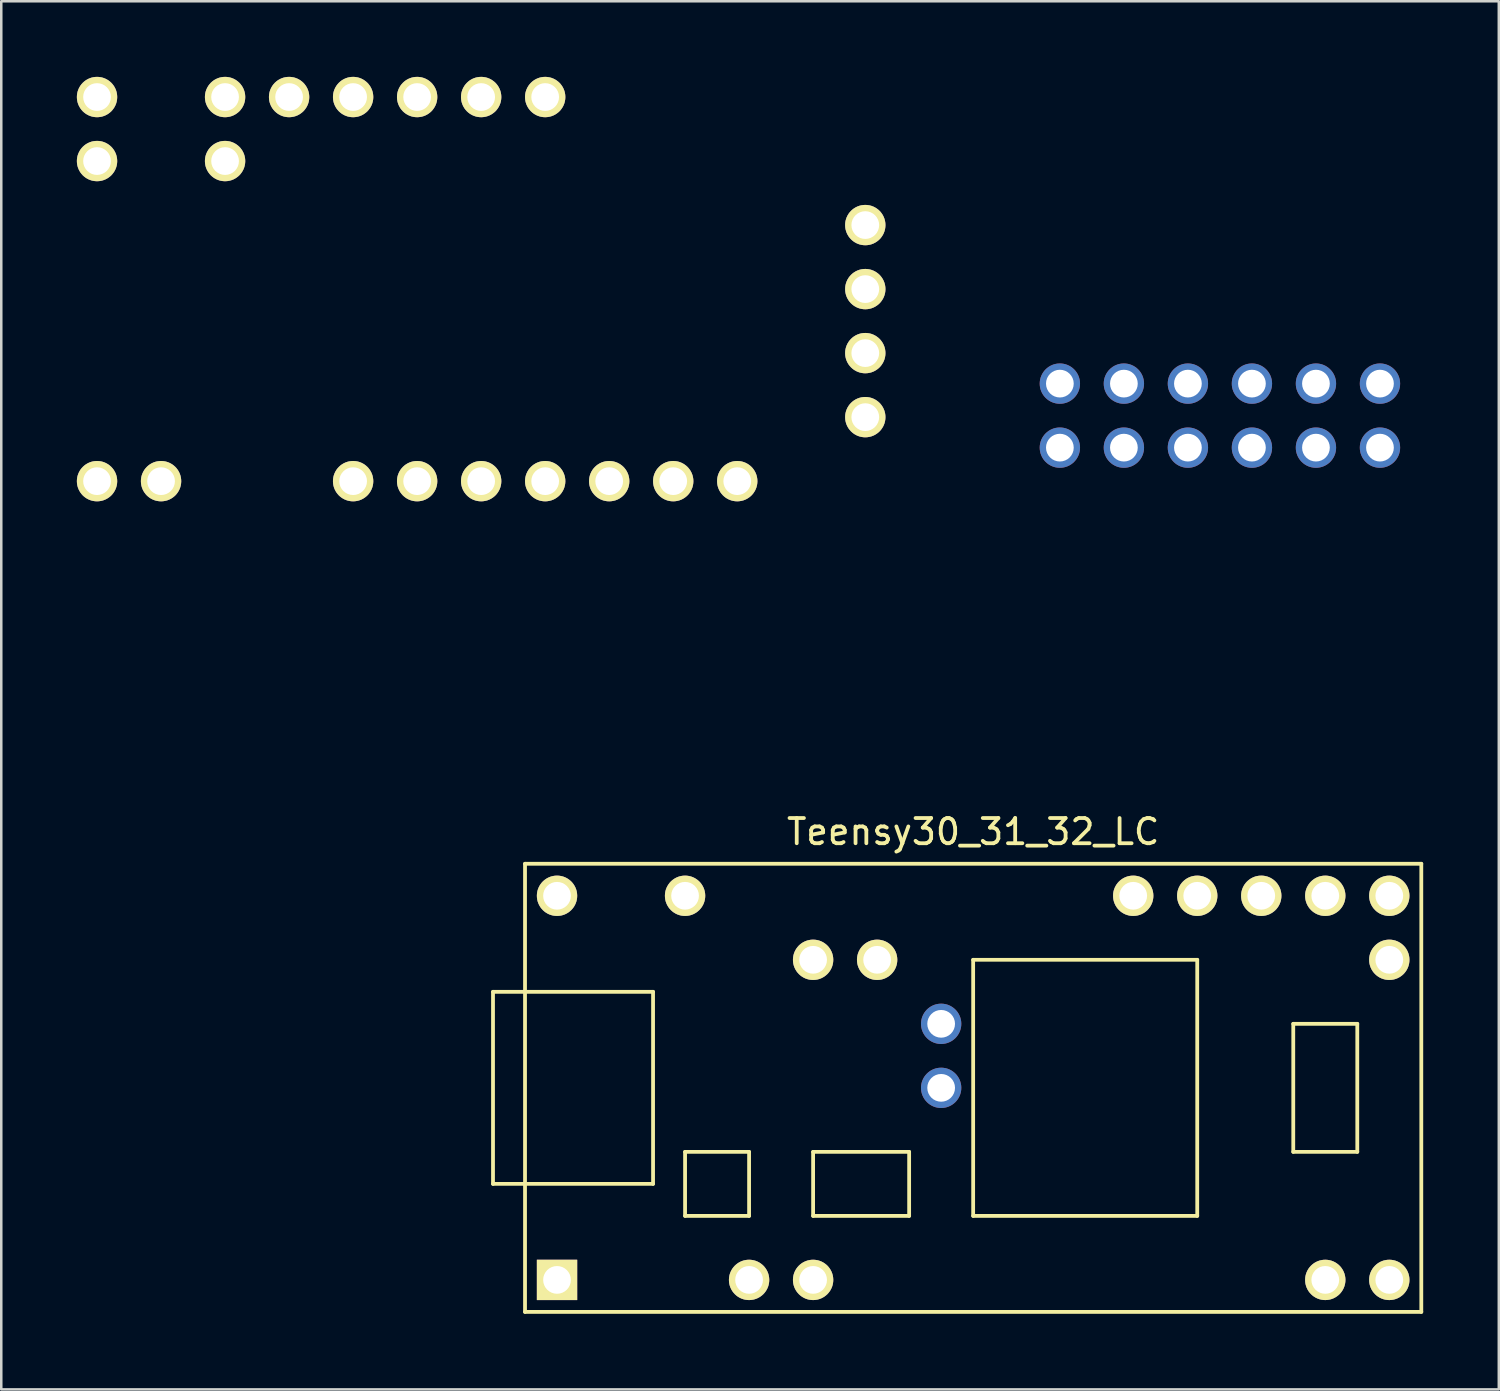
<source format=kicad_pcb>
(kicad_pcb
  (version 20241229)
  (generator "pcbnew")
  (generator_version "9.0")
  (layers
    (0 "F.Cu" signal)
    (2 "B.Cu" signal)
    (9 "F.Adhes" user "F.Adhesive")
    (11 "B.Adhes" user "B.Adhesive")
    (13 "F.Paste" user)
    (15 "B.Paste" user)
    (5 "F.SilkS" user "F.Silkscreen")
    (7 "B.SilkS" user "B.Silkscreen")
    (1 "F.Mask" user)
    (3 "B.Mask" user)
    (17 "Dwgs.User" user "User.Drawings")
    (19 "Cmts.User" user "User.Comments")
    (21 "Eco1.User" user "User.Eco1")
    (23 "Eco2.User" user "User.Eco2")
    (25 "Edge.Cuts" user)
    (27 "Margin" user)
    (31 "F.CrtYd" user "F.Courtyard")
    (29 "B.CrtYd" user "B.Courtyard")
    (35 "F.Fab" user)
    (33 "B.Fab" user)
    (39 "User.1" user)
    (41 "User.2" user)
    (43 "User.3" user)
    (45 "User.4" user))
  (footprint "Teensy30_31_32_LC"
    (layer "F.Cu")
    (at 35.56 40.11)
    (property "Reference" "Teensy30_31_32_LC" (at 0 -10.16 0) (layer "F.SilkS") (effects (font (size 1 1) (thickness 0.15))))
    (attr through_hole)
    (fp_line (start -19.05 -3.81) (end -17.78 -3.81) (stroke (width 0.15) (type solid)) (layer "F.SilkS"))
    (fp_line (start -19.05 3.81) (end -19.05 -3.81) (stroke (width 0.15) (type solid)) (layer "F.SilkS"))
    (fp_line (start -17.78 -8.89) (end 17.78 -8.89) (stroke (width 0.15) (type solid)) (layer "F.SilkS"))
    (fp_line (start -17.78 3.81) (end -19.05 3.81) (stroke (width 0.15) (type solid)) (layer "F.SilkS"))
    (fp_line (start -17.78 8.89) (end -17.78 -8.89) (stroke (width 0.15) (type solid)) (layer "F.SilkS"))
    (fp_line (start -12.7 -3.81) (end -17.78 -3.81) (stroke (width 0.15) (type solid)) (layer "F.SilkS"))
    (fp_line (start -12.7 3.81) (end -17.78 3.81) (stroke (width 0.15) (type solid)) (layer "F.SilkS"))
    (fp_line (start -12.7 3.81) (end -12.7 -3.81) (stroke (width 0.15) (type solid)) (layer "F.SilkS"))
    (fp_line (start -11.43 2.54) (end -11.43 5.08) (stroke (width 0.15) (type solid)) (layer "F.SilkS"))
    (fp_line (start -11.43 5.08) (end -8.89 5.08) (stroke (width 0.15) (type solid)) (layer "F.SilkS"))
    (fp_line (start -8.89 2.54) (end -11.43 2.54) (stroke (width 0.15) (type solid)) (layer "F.SilkS"))
    (fp_line (start -8.89 5.08) (end -8.89 2.54) (stroke (width 0.15) (type solid)) (layer "F.SilkS"))
    (fp_line (start -6.35 2.54) (end -6.35 5.08) (stroke (width 0.15) (type solid)) (layer "F.SilkS"))
    (fp_line (start -6.35 5.08) (end -2.54 5.08) (stroke (width 0.15) (type solid)) (layer "F.SilkS"))
    (fp_line (start -2.54 2.54) (end -6.35 2.54) (stroke (width 0.15) (type solid)) (layer "F.SilkS"))
    (fp_line (start -2.54 5.08) (end -2.54 2.54) (stroke (width 0.15) (type solid)) (layer "F.SilkS"))
    (fp_line (start 0 -5.08) (end 0 5.08) (stroke (width 0.15) (type solid)) (layer "F.SilkS"))
    (fp_line (start 8.89 -5.08) (end 0 -5.08) (stroke (width 0.15) (type solid)) (layer "F.SilkS"))
    (fp_line (start 8.89 5.08) (end 0 5.08) (stroke (width 0.15) (type solid)) (layer "F.SilkS"))
    (fp_line (start 8.89 5.08) (end 8.89 -5.08) (stroke (width 0.15) (type solid)) (layer "F.SilkS"))
    (fp_line (start 12.7 -2.54) (end 15.24 -2.54) (stroke (width 0.15) (type solid)) (layer "F.SilkS"))
    (fp_line (start 12.7 2.54) (end 12.7 -2.54) (stroke (width 0.15) (type solid)) (layer "F.SilkS"))
    (fp_line (start 15.24 -2.54) (end 15.24 2.54) (stroke (width 0.15) (type solid)) (layer "F.SilkS"))
    (fp_line (start 15.24 2.54) (end 12.7 2.54) (stroke (width 0.15) (type solid)) (layer "F.SilkS"))
    (fp_line (start 17.78 -8.89) (end 17.78 8.89) (stroke (width 0.15) (type solid)) (layer "F.SilkS"))
    (fp_line (start 17.78 8.89) (end -17.78 8.89) (stroke (width 0.15) (type solid)) (layer "F.SilkS"))
    (pad "1" thru_hole rect (at -16.51 7.62) (size 1.6 1.6) (drill 1.1) (layers "*.Cu" "*.Mask" "F.SilkS"))
    (pad "2" thru_hole circle (at -34.76 -24.07) (size 1.6 1.6) (drill 1.1) (layers "*.Cu" "*.Mask" "F.SilkS"))
    (pad "3" thru_hole circle (at -32.22 -24.07) (size 1.6 1.6) (drill 1.1) (layers "*.Cu" "*.Mask" "F.SilkS"))
    (pad "4" thru_hole circle (at -8.89 7.62) (size 1.6 1.6) (drill 1.1) (layers "*.Cu" "*.Mask" "F.SilkS"))
    (pad "5" thru_hole circle (at -6.35 7.62) (size 1.6 1.6) (drill 1.1) (layers "*.Cu" "*.Mask" "F.SilkS"))
    (pad "6" thru_hole circle (at -24.6 -24.07) (size 1.6 1.6) (drill 1.1) (layers "*.Cu" "*.Mask" "F.SilkS"))
    (pad "7" thru_hole circle (at -22.06 -24.07) (size 1.6 1.6) (drill 1.1) (layers "*.Cu" "*.Mask" "F.SilkS"))
    (pad "8" thru_hole circle (at -19.52 -24.07) (size 1.6 1.6) (drill 1.1) (layers "*.Cu" "*.Mask" "F.SilkS"))
    (pad "9" thru_hole circle (at -16.98 -24.07) (size 1.6 1.6) (drill 1.1) (layers "*.Cu" "*.Mask" "F.SilkS"))
    (pad "10" thru_hole circle (at -14.44 -24.07) (size 1.6 1.6) (drill 1.1) (layers "*.Cu" "*.Mask" "F.SilkS"))
    (pad "11" thru_hole circle (at -11.9 -24.07) (size 1.6 1.6) (drill 1.1) (layers "*.Cu" "*.Mask" "F.SilkS"))
    (pad "12" thru_hole circle (at -9.36 -24.07) (size 1.6 1.6) (drill 1.1) (layers "*.Cu" "*.Mask" "F.SilkS"))
    (pad "13" thru_hole circle (at 13.97 7.62) (size 1.6 1.6) (drill 1.1) (layers "*.Cu" "*.Mask" "F.SilkS"))
    (pad "14" thru_hole circle (at 16.51 7.62) (size 1.6 1.6) (drill 1.1) (layers "*.Cu" "*.Mask" "F.SilkS"))
    (pad "15" thru_hole circle (at -4.28 -26.61) (size 1.6 1.6) (drill 1.1) (layers "*.Cu" "*.Mask" "F.SilkS"))
    (pad "16" thru_hole circle (at -4.28 -29.15) (size 1.6 1.6) (drill 1.1) (layers "*.Cu" "*.Mask" "F.SilkS"))
    (pad "17" thru_hole circle (at -4.28 -31.69) (size 1.6 1.6) (drill 1.1) (layers "*.Cu" "*.Mask" "F.SilkS"))
    (pad "18" thru_hole circle (at -4.28 -34.23) (size 1.6 1.6) (drill 1.1) (layers "*.Cu" "*.Mask" "F.SilkS"))
    (pad "19" thru_hole circle (at 16.51 -5.08) (size 1.6 1.6) (drill 1.1) (layers "*.Cu" "*.Mask" "F.SilkS"))
    (pad "20" thru_hole circle (at 16.51 -7.62) (size 1.6 1.6) (drill 1.1) (layers "*.Cu" "*.Mask" "F.SilkS"))
    (pad "21" thru_hole circle (at 13.97 -7.62) (size 1.6 1.6) (drill 1.1) (layers "*.Cu" "*.Mask" "F.SilkS"))
    (pad "22" thru_hole circle (at 11.43 -7.62) (size 1.6 1.6) (drill 1.1) (layers "*.Cu" "*.Mask" "F.SilkS"))
    (pad "23" thru_hole circle (at 8.89 -7.62) (size 1.6 1.6) (drill 1.1) (layers "*.Cu" "*.Mask" "F.SilkS"))
    (pad "24" thru_hole circle (at 6.35 -7.62) (size 1.6 1.6) (drill 1.1) (layers "*.Cu" "*.Mask" "F.SilkS"))
    (pad "25" thru_hole circle (at -16.98 -39.31) (size 1.6 1.6) (drill 1.1) (layers "*.Cu" "*.Mask" "F.SilkS"))
    (pad "26" thru_hole circle (at -19.52 -39.31) (size 1.6 1.6) (drill 1.1) (layers "*.Cu" "*.Mask" "F.SilkS"))
    (pad "27" thru_hole circle (at -22.06 -39.31) (size 1.6 1.6) (drill 1.1) (layers "*.Cu" "*.Mask" "F.SilkS"))
    (pad "28" thru_hole circle (at -24.6 -39.31) (size 1.6 1.6) (drill 1.1) (layers "*.Cu" "*.Mask" "F.SilkS"))
    (pad "29" thru_hole circle (at -27.14 -39.31) (size 1.6 1.6) (drill 1.1) (layers "*.Cu" "*.Mask" "F.SilkS"))
    (pad "30" thru_hole circle (at -29.68 -39.31) (size 1.6 1.6) (drill 1.1) (layers "*.Cu" "*.Mask" "F.SilkS"))
    (pad "31" thru_hole circle (at -11.43 -7.62) (size 1.6 1.6) (drill 1.1) (layers "*.Cu" "*.Mask" "F.SilkS"))
    (pad "32" thru_hole circle (at -34.76 -39.31) (size 1.6 1.6) (drill 1.1) (layers "*.Cu" "*.Mask" "F.SilkS"))
    (pad "33" thru_hole circle (at -16.51 -7.62) (size 1.6 1.6) (drill 1.1) (layers "*.Cu" "*.Mask" "F.SilkS"))
    (pad "34" thru_hole circle (at -34.76 -36.77) (size 1.6 1.6) (drill 1.1) (layers "*.Cu" "*.Mask" "F.SilkS"))
    (pad "35" thru_hole circle (at -29.68 -36.77) (size 1.6 1.6) (drill 1.1) (layers "*.Cu" "*.Mask" "F.SilkS"))
    (pad "36" thru_hole circle (at -6.35 -5.08) (size 1.6 1.6) (drill 1.1) (layers "*.Cu" "*.Mask" "F.SilkS"))
    (pad "37" thru_hole circle (at -3.81 -5.08) (size 1.6 1.6) (drill 1.1) (layers "*.Cu" "*.Mask" "F.SilkS"))
    (pad "38" thru_hole circle (at -1.27 0) (size 1.6 1.6) (drill 1.1) (layers "*.Cu" "*.Mask"))
    (pad "39" thru_hole circle (at 3.44 -25.4) (size 1.6 1.6) (drill 1.1) (layers "*.Cu" "*.Mask"))
    (pad "40" thru_hole circle (at 5.98 -25.4) (size 1.6 1.6) (drill 1.1) (layers "*.Cu" "*.Mask"))
    (pad "41" thru_hole circle (at 8.52 -25.4) (size 1.6 1.6) (drill 1.1) (layers "*.Cu" "*.Mask"))
    (pad "42" thru_hole circle (at 11.06 -25.4) (size 1.6 1.6) (drill 1.1) (layers "*.Cu" "*.Mask"))
    (pad "43" thru_hole circle (at 13.6 -25.4) (size 1.6 1.6) (drill 1.1) (layers "*.Cu" "*.Mask"))
    (pad "44" thru_hole circle (at 16.14 -25.4) (size 1.6 1.6) (drill 1.1) (layers "*.Cu" "*.Mask"))
    (pad "45" thru_hole circle (at 16.14 -27.94) (size 1.6 1.6) (drill 1.1) (layers "*.Cu" "*.Mask"))
    (pad "46" thru_hole circle (at 13.6 -27.94) (size 1.6 1.6) (drill 1.1) (layers "*.Cu" "*.Mask"))
    (pad "47" thru_hole circle (at 11.06 -27.94) (size 1.6 1.6) (drill 1.1) (layers "*.Cu" "*.Mask"))
    (pad "48" thru_hole circle (at 8.52 -27.94) (size 1.6 1.6) (drill 1.1) (layers "*.Cu" "*.Mask"))
    (pad "49" thru_hole circle (at 5.98 -27.94) (size 1.6 1.6) (drill 1.1) (layers "*.Cu" "*.Mask"))
    (pad "50" thru_hole circle (at 3.44 -27.94) (size 1.6 1.6) (drill 1.1) (layers "*.Cu" "*.Mask"))
    (pad "51" thru_hole circle (at -1.27 -2.54) (size 1.6 1.6) (drill 1.1) (layers "*.Cu" "*.Mask")))
  (gr_rect
    (start -3 -3)
    (end 56.415 52.075)
    (stroke (width 0.1) (type default))
    (fill no)
    (layer "Edge.Cuts")))
</source>
